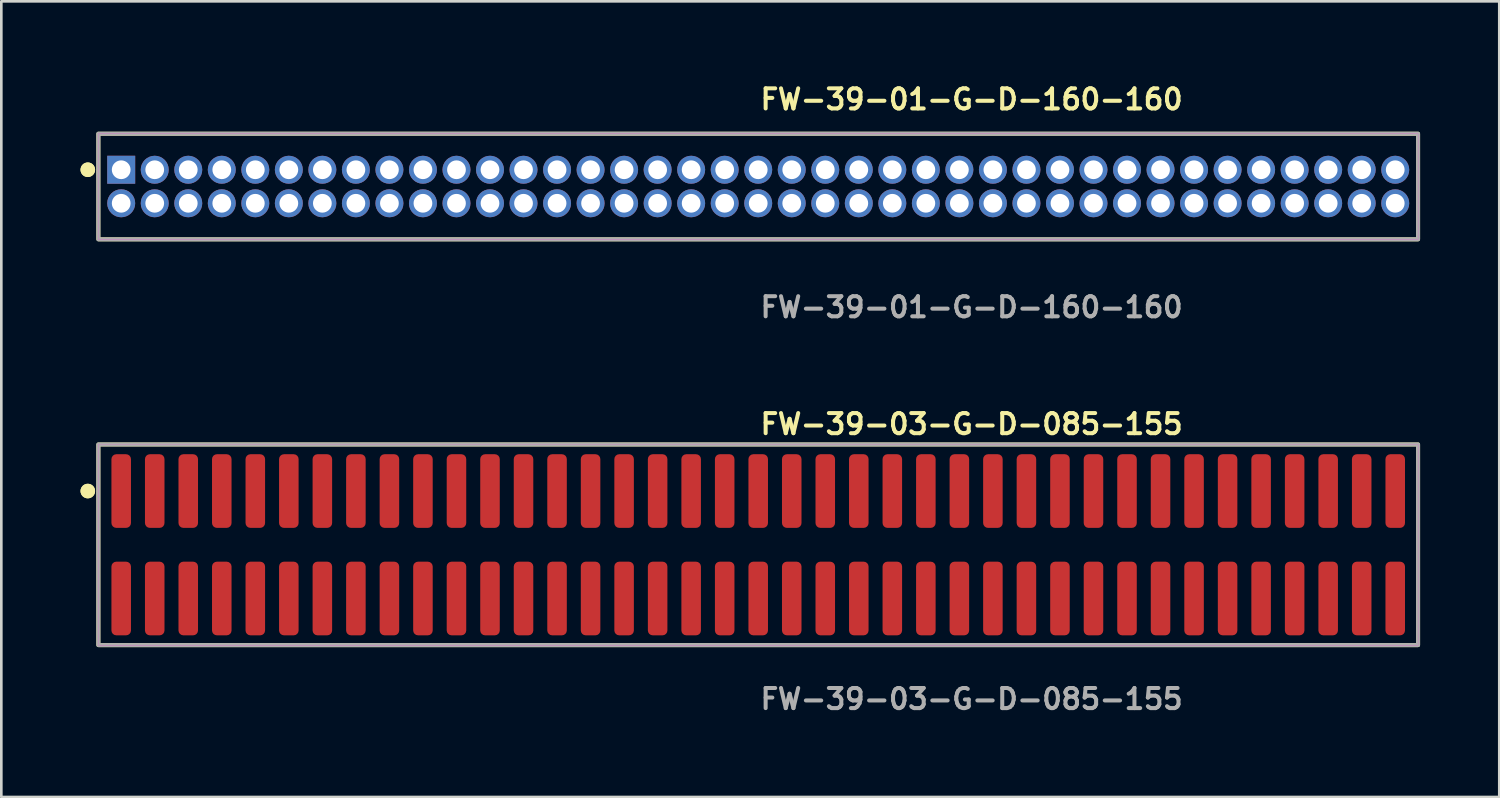
<source format=kicad_pcb>
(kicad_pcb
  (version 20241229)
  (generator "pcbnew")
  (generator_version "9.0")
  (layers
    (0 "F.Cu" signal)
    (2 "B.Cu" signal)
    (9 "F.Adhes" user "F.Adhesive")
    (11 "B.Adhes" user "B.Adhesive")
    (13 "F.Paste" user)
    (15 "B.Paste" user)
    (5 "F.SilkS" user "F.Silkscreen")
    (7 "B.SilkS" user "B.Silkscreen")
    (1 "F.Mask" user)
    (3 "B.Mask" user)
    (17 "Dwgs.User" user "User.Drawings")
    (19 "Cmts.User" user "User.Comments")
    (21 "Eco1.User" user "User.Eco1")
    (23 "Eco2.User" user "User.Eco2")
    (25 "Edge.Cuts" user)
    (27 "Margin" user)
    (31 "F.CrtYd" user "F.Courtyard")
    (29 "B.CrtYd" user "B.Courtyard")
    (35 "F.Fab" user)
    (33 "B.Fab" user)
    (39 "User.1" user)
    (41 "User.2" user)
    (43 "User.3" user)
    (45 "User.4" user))
  (footprint "FW-39-01-G-D-160-160"
    (layer "F.Cu")
    (at 25.671 4.015)
    (property "Reference" "FW-39-01-G-D-160-160" (at 0 -3.302 0) (unlocked yes) (layer "F.SilkS") (effects (font (size 0.762 0.762) (thickness 0.152)) (justify left)))
    (fp_rect (start -24.995 2) (end 24.995 -2) (stroke (width 0.152) (type solid)) (fill no) (layer "F.SilkS"))
    (fp_circle (center -25.395 -0.635) (end -25.595 -0.635) (stroke (width 0.152) (type solid)) (fill yes) (layer "F.SilkS"))
    (fp_circle (center -25.395 -0.635) (end -25.595 -0.635) (stroke (width 0.152) (type solid)) (fill yes) (layer "F.SilkS"))
    (fp_rect (start -24.995 2) (end 24.995 -2) (stroke (width 0.006) (type solid)) (fill no) (layer "F.CrtYd"))
    (fp_rect (start -24.995 2) (end 24.995 -2) (stroke (width 0.152) (type solid)) (fill no) (layer "F.Fab"))
    (fp_text user "${REFERENCE}" (at 0 4.572 0) (unlocked yes) (layer "F.Fab") (effects (font (size 0.762 0.762) (thickness 0.152)) (justify left)))
    (pad "1" thru_hole rect (at -24.13 -0.635) (size 1.06 1.06) (drill 0.71) (layers "*.Cu" "*.Mask"))
    (pad "2" thru_hole circle (at -24.13 0.635) (size 1.06 1.06) (drill 0.71) (layers "*.Cu" "*.Mask"))
    (pad "3" thru_hole circle (at -22.86 -0.635) (size 1.06 1.06) (drill 0.71) (layers "*.Cu" "*.Mask"))
    (pad "4" thru_hole circle (at -22.86 0.635) (size 1.06 1.06) (drill 0.71) (layers "*.Cu" "*.Mask"))
    (pad "5" thru_hole circle (at -21.59 -0.635) (size 1.06 1.06) (drill 0.71) (layers "*.Cu" "*.Mask"))
    (pad "6" thru_hole circle (at -21.59 0.635) (size 1.06 1.06) (drill 0.71) (layers "*.Cu" "*.Mask"))
    (pad "7" thru_hole circle (at -20.32 -0.635) (size 1.06 1.06) (drill 0.71) (layers "*.Cu" "*.Mask"))
    (pad "8" thru_hole circle (at -20.32 0.635) (size 1.06 1.06) (drill 0.71) (layers "*.Cu" "*.Mask"))
    (pad "9" thru_hole circle (at -19.05 -0.635) (size 1.06 1.06) (drill 0.71) (layers "*.Cu" "*.Mask"))
    (pad "10" thru_hole circle (at -19.05 0.635) (size 1.06 1.06) (drill 0.71) (layers "*.Cu" "*.Mask"))
    (pad "11" thru_hole circle (at -17.78 -0.635) (size 1.06 1.06) (drill 0.71) (layers "*.Cu" "*.Mask"))
    (pad "12" thru_hole circle (at -17.78 0.635) (size 1.06 1.06) (drill 0.71) (layers "*.Cu" "*.Mask"))
    (pad "13" thru_hole circle (at -16.51 -0.635) (size 1.06 1.06) (drill 0.71) (layers "*.Cu" "*.Mask"))
    (pad "14" thru_hole circle (at -16.51 0.635) (size 1.06 1.06) (drill 0.71) (layers "*.Cu" "*.Mask"))
    (pad "15" thru_hole circle (at -15.24 -0.635) (size 1.06 1.06) (drill 0.71) (layers "*.Cu" "*.Mask"))
    (pad "16" thru_hole circle (at -15.24 0.635) (size 1.06 1.06) (drill 0.71) (layers "*.Cu" "*.Mask"))
    (pad "17" thru_hole circle (at -13.97 -0.635) (size 1.06 1.06) (drill 0.71) (layers "*.Cu" "*.Mask"))
    (pad "18" thru_hole circle (at -13.97 0.635) (size 1.06 1.06) (drill 0.71) (layers "*.Cu" "*.Mask"))
    (pad "19" thru_hole circle (at -12.7 -0.635) (size 1.06 1.06) (drill 0.71) (layers "*.Cu" "*.Mask"))
    (pad "20" thru_hole circle (at -12.7 0.635) (size 1.06 1.06) (drill 0.71) (layers "*.Cu" "*.Mask"))
    (pad "21" thru_hole circle (at -11.43 -0.635) (size 1.06 1.06) (drill 0.71) (layers "*.Cu" "*.Mask"))
    (pad "22" thru_hole circle (at -11.43 0.635) (size 1.06 1.06) (drill 0.71) (layers "*.Cu" "*.Mask"))
    (pad "23" thru_hole circle (at -10.16 -0.635) (size 1.06 1.06) (drill 0.71) (layers "*.Cu" "*.Mask"))
    (pad "24" thru_hole circle (at -10.16 0.635) (size 1.06 1.06) (drill 0.71) (layers "*.Cu" "*.Mask"))
    (pad "25" thru_hole circle (at -8.89 -0.635) (size 1.06 1.06) (drill 0.71) (layers "*.Cu" "*.Mask"))
    (pad "26" thru_hole circle (at -8.89 0.635) (size 1.06 1.06) (drill 0.71) (layers "*.Cu" "*.Mask"))
    (pad "27" thru_hole circle (at -7.62 -0.635) (size 1.06 1.06) (drill 0.71) (layers "*.Cu" "*.Mask"))
    (pad "28" thru_hole circle (at -7.62 0.635) (size 1.06 1.06) (drill 0.71) (layers "*.Cu" "*.Mask"))
    (pad "29" thru_hole circle (at -6.35 -0.635) (size 1.06 1.06) (drill 0.71) (layers "*.Cu" "*.Mask"))
    (pad "30" thru_hole circle (at -6.35 0.635) (size 1.06 1.06) (drill 0.71) (layers "*.Cu" "*.Mask"))
    (pad "31" thru_hole circle (at -5.08 -0.635) (size 1.06 1.06) (drill 0.71) (layers "*.Cu" "*.Mask"))
    (pad "32" thru_hole circle (at -5.08 0.635) (size 1.06 1.06) (drill 0.71) (layers "*.Cu" "*.Mask"))
    (pad "33" thru_hole circle (at -3.81 -0.635) (size 1.06 1.06) (drill 0.71) (layers "*.Cu" "*.Mask"))
    (pad "34" thru_hole circle (at -3.81 0.635) (size 1.06 1.06) (drill 0.71) (layers "*.Cu" "*.Mask"))
    (pad "35" thru_hole circle (at -2.54 -0.635) (size 1.06 1.06) (drill 0.71) (layers "*.Cu" "*.Mask"))
    (pad "36" thru_hole circle (at -2.54 0.635) (size 1.06 1.06) (drill 0.71) (layers "*.Cu" "*.Mask"))
    (pad "37" thru_hole circle (at -1.27 -0.635) (size 1.06 1.06) (drill 0.71) (layers "*.Cu" "*.Mask"))
    (pad "38" thru_hole circle (at -1.27 0.635) (size 1.06 1.06) (drill 0.71) (layers "*.Cu" "*.Mask"))
    (pad "39" thru_hole circle (at 0 -0.635) (size 1.06 1.06) (drill 0.71) (layers "*.Cu" "*.Mask"))
    (pad "40" thru_hole circle (at 0 0.635) (size 1.06 1.06) (drill 0.71) (layers "*.Cu" "*.Mask"))
    (pad "41" thru_hole circle (at 1.27 -0.635) (size 1.06 1.06) (drill 0.71) (layers "*.Cu" "*.Mask"))
    (pad "42" thru_hole circle (at 1.27 0.635) (size 1.06 1.06) (drill 0.71) (layers "*.Cu" "*.Mask"))
    (pad "43" thru_hole circle (at 2.54 -0.635) (size 1.06 1.06) (drill 0.71) (layers "*.Cu" "*.Mask"))
    (pad "44" thru_hole circle (at 2.54 0.635) (size 1.06 1.06) (drill 0.71) (layers "*.Cu" "*.Mask"))
    (pad "45" thru_hole circle (at 3.81 -0.635) (size 1.06 1.06) (drill 0.71) (layers "*.Cu" "*.Mask"))
    (pad "46" thru_hole circle (at 3.81 0.635) (size 1.06 1.06) (drill 0.71) (layers "*.Cu" "*.Mask"))
    (pad "47" thru_hole circle (at 5.08 -0.635) (size 1.06 1.06) (drill 0.71) (layers "*.Cu" "*.Mask"))
    (pad "48" thru_hole circle (at 5.08 0.635) (size 1.06 1.06) (drill 0.71) (layers "*.Cu" "*.Mask"))
    (pad "49" thru_hole circle (at 6.35 -0.635) (size 1.06 1.06) (drill 0.71) (layers "*.Cu" "*.Mask"))
    (pad "50" thru_hole circle (at 6.35 0.635) (size 1.06 1.06) (drill 0.71) (layers "*.Cu" "*.Mask"))
    (pad "51" thru_hole circle (at 7.62 -0.635) (size 1.06 1.06) (drill 0.71) (layers "*.Cu" "*.Mask"))
    (pad "52" thru_hole circle (at 7.62 0.635) (size 1.06 1.06) (drill 0.71) (layers "*.Cu" "*.Mask"))
    (pad "53" thru_hole circle (at 8.89 -0.635) (size 1.06 1.06) (drill 0.71) (layers "*.Cu" "*.Mask"))
    (pad "54" thru_hole circle (at 8.89 0.635) (size 1.06 1.06) (drill 0.71) (layers "*.Cu" "*.Mask"))
    (pad "55" thru_hole circle (at 10.16 -0.635) (size 1.06 1.06) (drill 0.71) (layers "*.Cu" "*.Mask"))
    (pad "56" thru_hole circle (at 10.16 0.635) (size 1.06 1.06) (drill 0.71) (layers "*.Cu" "*.Mask"))
    (pad "57" thru_hole circle (at 11.43 -0.635) (size 1.06 1.06) (drill 0.71) (layers "*.Cu" "*.Mask"))
    (pad "58" thru_hole circle (at 11.43 0.635) (size 1.06 1.06) (drill 0.71) (layers "*.Cu" "*.Mask"))
    (pad "59" thru_hole circle (at 12.7 -0.635) (size 1.06 1.06) (drill 0.71) (layers "*.Cu" "*.Mask"))
    (pad "60" thru_hole circle (at 12.7 0.635) (size 1.06 1.06) (drill 0.71) (layers "*.Cu" "*.Mask"))
    (pad "61" thru_hole circle (at 13.97 -0.635) (size 1.06 1.06) (drill 0.71) (layers "*.Cu" "*.Mask"))
    (pad "62" thru_hole circle (at 13.97 0.635) (size 1.06 1.06) (drill 0.71) (layers "*.Cu" "*.Mask"))
    (pad "63" thru_hole circle (at 15.24 -0.635) (size 1.06 1.06) (drill 0.71) (layers "*.Cu" "*.Mask"))
    (pad "64" thru_hole circle (at 15.24 0.635) (size 1.06 1.06) (drill 0.71) (layers "*.Cu" "*.Mask"))
    (pad "65" thru_hole circle (at 16.51 -0.635) (size 1.06 1.06) (drill 0.71) (layers "*.Cu" "*.Mask"))
    (pad "66" thru_hole circle (at 16.51 0.635) (size 1.06 1.06) (drill 0.71) (layers "*.Cu" "*.Mask"))
    (pad "67" thru_hole circle (at 17.78 -0.635) (size 1.06 1.06) (drill 0.71) (layers "*.Cu" "*.Mask"))
    (pad "68" thru_hole circle (at 17.78 0.635) (size 1.06 1.06) (drill 0.71) (layers "*.Cu" "*.Mask"))
    (pad "69" thru_hole circle (at 19.05 -0.635) (size 1.06 1.06) (drill 0.71) (layers "*.Cu" "*.Mask"))
    (pad "70" thru_hole circle (at 19.05 0.635) (size 1.06 1.06) (drill 0.71) (layers "*.Cu" "*.Mask"))
    (pad "71" thru_hole circle (at 20.32 -0.635) (size 1.06 1.06) (drill 0.71) (layers "*.Cu" "*.Mask"))
    (pad "72" thru_hole circle (at 20.32 0.635) (size 1.06 1.06) (drill 0.71) (layers "*.Cu" "*.Mask"))
    (pad "73" thru_hole circle (at 21.59 -0.635) (size 1.06 1.06) (drill 0.71) (layers "*.Cu" "*.Mask"))
    (pad "74" thru_hole circle (at 21.59 0.635) (size 1.06 1.06) (drill 0.71) (layers "*.Cu" "*.Mask"))
    (pad "75" thru_hole circle (at 22.86 -0.635) (size 1.06 1.06) (drill 0.71) (layers "*.Cu" "*.Mask"))
    (pad "76" thru_hole circle (at 22.86 0.635) (size 1.06 1.06) (drill 0.71) (layers "*.Cu" "*.Mask"))
    (pad "77" thru_hole circle (at 24.13 -0.635) (size 1.06 1.06) (drill 0.71) (layers "*.Cu" "*.Mask"))
    (pad "78" thru_hole circle (at 24.13 0.635) (size 1.06 1.06) (drill 0.71) (layers "*.Cu" "*.Mask")))
  (footprint "FW-39-03-G-D-085-155"
    (layer "F.Cu")
    (at 25.671 17.586)
    (property "Reference" "FW-39-03-G-D-085-155" (at 0 -4.572 0) (unlocked yes) (layer "F.SilkS") (effects (font (size 0.762 0.762) (thickness 0.152)) (justify left)))
    (fp_rect (start -24.995 3.8) (end 24.995 -3.8) (stroke (width 0.152) (type solid)) (fill no) (layer "F.SilkS"))
    (fp_circle (center -25.395 -2.035) (end -25.595 -2.035) (stroke (width 0.152) (type solid)) (fill yes) (layer "F.SilkS"))
    (fp_circle (center -25.395 -2.035) (end -25.595 -2.035) (stroke (width 0.152) (type solid)) (fill yes) (layer "F.SilkS"))
    (fp_rect (start -24.995 3.8) (end 24.995 -3.8) (stroke (width 0.006) (type solid)) (fill no) (layer "F.CrtYd"))
    (fp_rect (start -24.995 3.8) (end 24.995 -3.8) (stroke (width 0.152) (type solid)) (fill no) (layer "F.Fab"))
    (fp_text user "${REFERENCE}" (at 0 5.842 0) (unlocked yes) (layer "F.Fab") (effects (font (size 0.762 0.762) (thickness 0.152)) (justify left)))
    (pad "1" smd roundrect (at -24.13 -2.035) (size 0.74 2.79) (layers "F.Cu" "F.Paste") (roundrect_rratio 0.25))
    (pad "2" smd roundrect (at -24.13 2.035) (size 0.74 2.79) (layers "F.Cu" "F.Paste") (roundrect_rratio 0.25))
    (pad "3" smd roundrect (at -22.86 -2.035) (size 0.74 2.79) (layers "F.Cu" "F.Paste") (roundrect_rratio 0.25))
    (pad "4" smd roundrect (at -22.86 2.035) (size 0.74 2.79) (layers "F.Cu" "F.Paste") (roundrect_rratio 0.25))
    (pad "5" smd roundrect (at -21.59 -2.035) (size 0.74 2.79) (layers "F.Cu" "F.Paste") (roundrect_rratio 0.25))
    (pad "6" smd roundrect (at -21.59 2.035) (size 0.74 2.79) (layers "F.Cu" "F.Paste") (roundrect_rratio 0.25))
    (pad "7" smd roundrect (at -20.32 -2.035) (size 0.74 2.79) (layers "F.Cu" "F.Paste") (roundrect_rratio 0.25))
    (pad "8" smd roundrect (at -20.32 2.035) (size 0.74 2.79) (layers "F.Cu" "F.Paste") (roundrect_rratio 0.25))
    (pad "9" smd roundrect (at -19.05 -2.035) (size 0.74 2.79) (layers "F.Cu" "F.Paste") (roundrect_rratio 0.25))
    (pad "10" smd roundrect (at -19.05 2.035) (size 0.74 2.79) (layers "F.Cu" "F.Paste") (roundrect_rratio 0.25))
    (pad "11" smd roundrect (at -17.78 -2.035) (size 0.74 2.79) (layers "F.Cu" "F.Paste") (roundrect_rratio 0.25))
    (pad "12" smd roundrect (at -17.78 2.035) (size 0.74 2.79) (layers "F.Cu" "F.Paste") (roundrect_rratio 0.25))
    (pad "13" smd roundrect (at -16.51 -2.035) (size 0.74 2.79) (layers "F.Cu" "F.Paste") (roundrect_rratio 0.25))
    (pad "14" smd roundrect (at -16.51 2.035) (size 0.74 2.79) (layers "F.Cu" "F.Paste") (roundrect_rratio 0.25))
    (pad "15" smd roundrect (at -15.24 -2.035) (size 0.74 2.79) (layers "F.Cu" "F.Paste") (roundrect_rratio 0.25))
    (pad "16" smd roundrect (at -15.24 2.035) (size 0.74 2.79) (layers "F.Cu" "F.Paste") (roundrect_rratio 0.25))
    (pad "17" smd roundrect (at -13.97 -2.035) (size 0.74 2.79) (layers "F.Cu" "F.Paste") (roundrect_rratio 0.25))
    (pad "18" smd roundrect (at -13.97 2.035) (size 0.74 2.79) (layers "F.Cu" "F.Paste") (roundrect_rratio 0.25))
    (pad "19" smd roundrect (at -12.7 -2.035) (size 0.74 2.79) (layers "F.Cu" "F.Paste") (roundrect_rratio 0.25))
    (pad "20" smd roundrect (at -12.7 2.035) (size 0.74 2.79) (layers "F.Cu" "F.Paste") (roundrect_rratio 0.25))
    (pad "21" smd roundrect (at -11.43 -2.035) (size 0.74 2.79) (layers "F.Cu" "F.Paste") (roundrect_rratio 0.25))
    (pad "22" smd roundrect (at -11.43 2.035) (size 0.74 2.79) (layers "F.Cu" "F.Paste") (roundrect_rratio 0.25))
    (pad "23" smd roundrect (at -10.16 -2.035) (size 0.74 2.79) (layers "F.Cu" "F.Paste") (roundrect_rratio 0.25))
    (pad "24" smd roundrect (at -10.16 2.035) (size 0.74 2.79) (layers "F.Cu" "F.Paste") (roundrect_rratio 0.25))
    (pad "25" smd roundrect (at -8.89 -2.035) (size 0.74 2.79) (layers "F.Cu" "F.Paste") (roundrect_rratio 0.25))
    (pad "26" smd roundrect (at -8.89 2.035) (size 0.74 2.79) (layers "F.Cu" "F.Paste") (roundrect_rratio 0.25))
    (pad "27" smd roundrect (at -7.62 -2.035) (size 0.74 2.79) (layers "F.Cu" "F.Paste") (roundrect_rratio 0.25))
    (pad "28" smd roundrect (at -7.62 2.035) (size 0.74 2.79) (layers "F.Cu" "F.Paste") (roundrect_rratio 0.25))
    (pad "29" smd roundrect (at -6.35 -2.035) (size 0.74 2.79) (layers "F.Cu" "F.Paste") (roundrect_rratio 0.25))
    (pad "30" smd roundrect (at -6.35 2.035) (size 0.74 2.79) (layers "F.Cu" "F.Paste") (roundrect_rratio 0.25))
    (pad "31" smd roundrect (at -5.08 -2.035) (size 0.74 2.79) (layers "F.Cu" "F.Paste") (roundrect_rratio 0.25))
    (pad "32" smd roundrect (at -5.08 2.035) (size 0.74 2.79) (layers "F.Cu" "F.Paste") (roundrect_rratio 0.25))
    (pad "33" smd roundrect (at -3.81 -2.035) (size 0.74 2.79) (layers "F.Cu" "F.Paste") (roundrect_rratio 0.25))
    (pad "34" smd roundrect (at -3.81 2.035) (size 0.74 2.79) (layers "F.Cu" "F.Paste") (roundrect_rratio 0.25))
    (pad "35" smd roundrect (at -2.54 -2.035) (size 0.74 2.79) (layers "F.Cu" "F.Paste") (roundrect_rratio 0.25))
    (pad "36" smd roundrect (at -2.54 2.035) (size 0.74 2.79) (layers "F.Cu" "F.Paste") (roundrect_rratio 0.25))
    (pad "37" smd roundrect (at -1.27 -2.035) (size 0.74 2.79) (layers "F.Cu" "F.Paste") (roundrect_rratio 0.25))
    (pad "38" smd roundrect (at -1.27 2.035) (size 0.74 2.79) (layers "F.Cu" "F.Paste") (roundrect_rratio 0.25))
    (pad "39" smd roundrect (at 0 -2.035) (size 0.74 2.79) (layers "F.Cu" "F.Paste") (roundrect_rratio 0.25))
    (pad "40" smd roundrect (at 0 2.035) (size 0.74 2.79) (layers "F.Cu" "F.Paste") (roundrect_rratio 0.25))
    (pad "41" smd roundrect (at 1.27 -2.035) (size 0.74 2.79) (layers "F.Cu" "F.Paste") (roundrect_rratio 0.25))
    (pad "42" smd roundrect (at 1.27 2.035) (size 0.74 2.79) (layers "F.Cu" "F.Paste") (roundrect_rratio 0.25))
    (pad "43" smd roundrect (at 2.54 -2.035) (size 0.74 2.79) (layers "F.Cu" "F.Paste") (roundrect_rratio 0.25))
    (pad "44" smd roundrect (at 2.54 2.035) (size 0.74 2.79) (layers "F.Cu" "F.Paste") (roundrect_rratio 0.25))
    (pad "45" smd roundrect (at 3.81 -2.035) (size 0.74 2.79) (layers "F.Cu" "F.Paste") (roundrect_rratio 0.25))
    (pad "46" smd roundrect (at 3.81 2.035) (size 0.74 2.79) (layers "F.Cu" "F.Paste") (roundrect_rratio 0.25))
    (pad "47" smd roundrect (at 5.08 -2.035) (size 0.74 2.79) (layers "F.Cu" "F.Paste") (roundrect_rratio 0.25))
    (pad "48" smd roundrect (at 5.08 2.035) (size 0.74 2.79) (layers "F.Cu" "F.Paste") (roundrect_rratio 0.25))
    (pad "49" smd roundrect (at 6.35 -2.035) (size 0.74 2.79) (layers "F.Cu" "F.Paste") (roundrect_rratio 0.25))
    (pad "50" smd roundrect (at 6.35 2.035) (size 0.74 2.79) (layers "F.Cu" "F.Paste") (roundrect_rratio 0.25))
    (pad "51" smd roundrect (at 7.62 -2.035) (size 0.74 2.79) (layers "F.Cu" "F.Paste") (roundrect_rratio 0.25))
    (pad "52" smd roundrect (at 7.62 2.035) (size 0.74 2.79) (layers "F.Cu" "F.Paste") (roundrect_rratio 0.25))
    (pad "53" smd roundrect (at 8.89 -2.035) (size 0.74 2.79) (layers "F.Cu" "F.Paste") (roundrect_rratio 0.25))
    (pad "54" smd roundrect (at 8.89 2.035) (size 0.74 2.79) (layers "F.Cu" "F.Paste") (roundrect_rratio 0.25))
    (pad "55" smd roundrect (at 10.16 -2.035) (size 0.74 2.79) (layers "F.Cu" "F.Paste") (roundrect_rratio 0.25))
    (pad "56" smd roundrect (at 10.16 2.035) (size 0.74 2.79) (layers "F.Cu" "F.Paste") (roundrect_rratio 0.25))
    (pad "57" smd roundrect (at 11.43 -2.035) (size 0.74 2.79) (layers "F.Cu" "F.Paste") (roundrect_rratio 0.25))
    (pad "58" smd roundrect (at 11.43 2.035) (size 0.74 2.79) (layers "F.Cu" "F.Paste") (roundrect_rratio 0.25))
    (pad "59" smd roundrect (at 12.7 -2.035) (size 0.74 2.79) (layers "F.Cu" "F.Paste") (roundrect_rratio 0.25))
    (pad "60" smd roundrect (at 12.7 2.035) (size 0.74 2.79) (layers "F.Cu" "F.Paste") (roundrect_rratio 0.25))
    (pad "61" smd roundrect (at 13.97 -2.035) (size 0.74 2.79) (layers "F.Cu" "F.Paste") (roundrect_rratio 0.25))
    (pad "62" smd roundrect (at 13.97 2.035) (size 0.74 2.79) (layers "F.Cu" "F.Paste") (roundrect_rratio 0.25))
    (pad "63" smd roundrect (at 15.24 -2.035) (size 0.74 2.79) (layers "F.Cu" "F.Paste") (roundrect_rratio 0.25))
    (pad "64" smd roundrect (at 15.24 2.035) (size 0.74 2.79) (layers "F.Cu" "F.Paste") (roundrect_rratio 0.25))
    (pad "65" smd roundrect (at 16.51 -2.035) (size 0.74 2.79) (layers "F.Cu" "F.Paste") (roundrect_rratio 0.25))
    (pad "66" smd roundrect (at 16.51 2.035) (size 0.74 2.79) (layers "F.Cu" "F.Paste") (roundrect_rratio 0.25))
    (pad "67" smd roundrect (at 17.78 -2.035) (size 0.74 2.79) (layers "F.Cu" "F.Paste") (roundrect_rratio 0.25))
    (pad "68" smd roundrect (at 17.78 2.035) (size 0.74 2.79) (layers "F.Cu" "F.Paste") (roundrect_rratio 0.25))
    (pad "69" smd roundrect (at 19.05 -2.035) (size 0.74 2.79) (layers "F.Cu" "F.Paste") (roundrect_rratio 0.25))
    (pad "70" smd roundrect (at 19.05 2.035) (size 0.74 2.79) (layers "F.Cu" "F.Paste") (roundrect_rratio 0.25))
    (pad "71" smd roundrect (at 20.32 -2.035) (size 0.74 2.79) (layers "F.Cu" "F.Paste") (roundrect_rratio 0.25))
    (pad "72" smd roundrect (at 20.32 2.035) (size 0.74 2.79) (layers "F.Cu" "F.Paste") (roundrect_rratio 0.25))
    (pad "73" smd roundrect (at 21.59 -2.035) (size 0.74 2.79) (layers "F.Cu" "F.Paste") (roundrect_rratio 0.25))
    (pad "74" smd roundrect (at 21.59 2.035) (size 0.74 2.79) (layers "F.Cu" "F.Paste") (roundrect_rratio 0.25))
    (pad "75" smd roundrect (at 22.86 -2.035) (size 0.74 2.79) (layers "F.Cu" "F.Paste") (roundrect_rratio 0.25))
    (pad "76" smd roundrect (at 22.86 2.035) (size 0.74 2.79) (layers "F.Cu" "F.Paste") (roundrect_rratio 0.25))
    (pad "77" smd roundrect (at 24.13 -2.035) (size 0.74 2.79) (layers "F.Cu" "F.Paste") (roundrect_rratio 0.25))
    (pad "78" smd roundrect (at 24.13 2.035) (size 0.74 2.79) (layers "F.Cu" "F.Paste") (roundrect_rratio 0.25)))
  (gr_rect
    (start -3 -3)
    (end 53.742 27.141)
    (stroke (width 0.1) (type default))
    (fill no)
    (layer "Edge.Cuts")))
</source>
